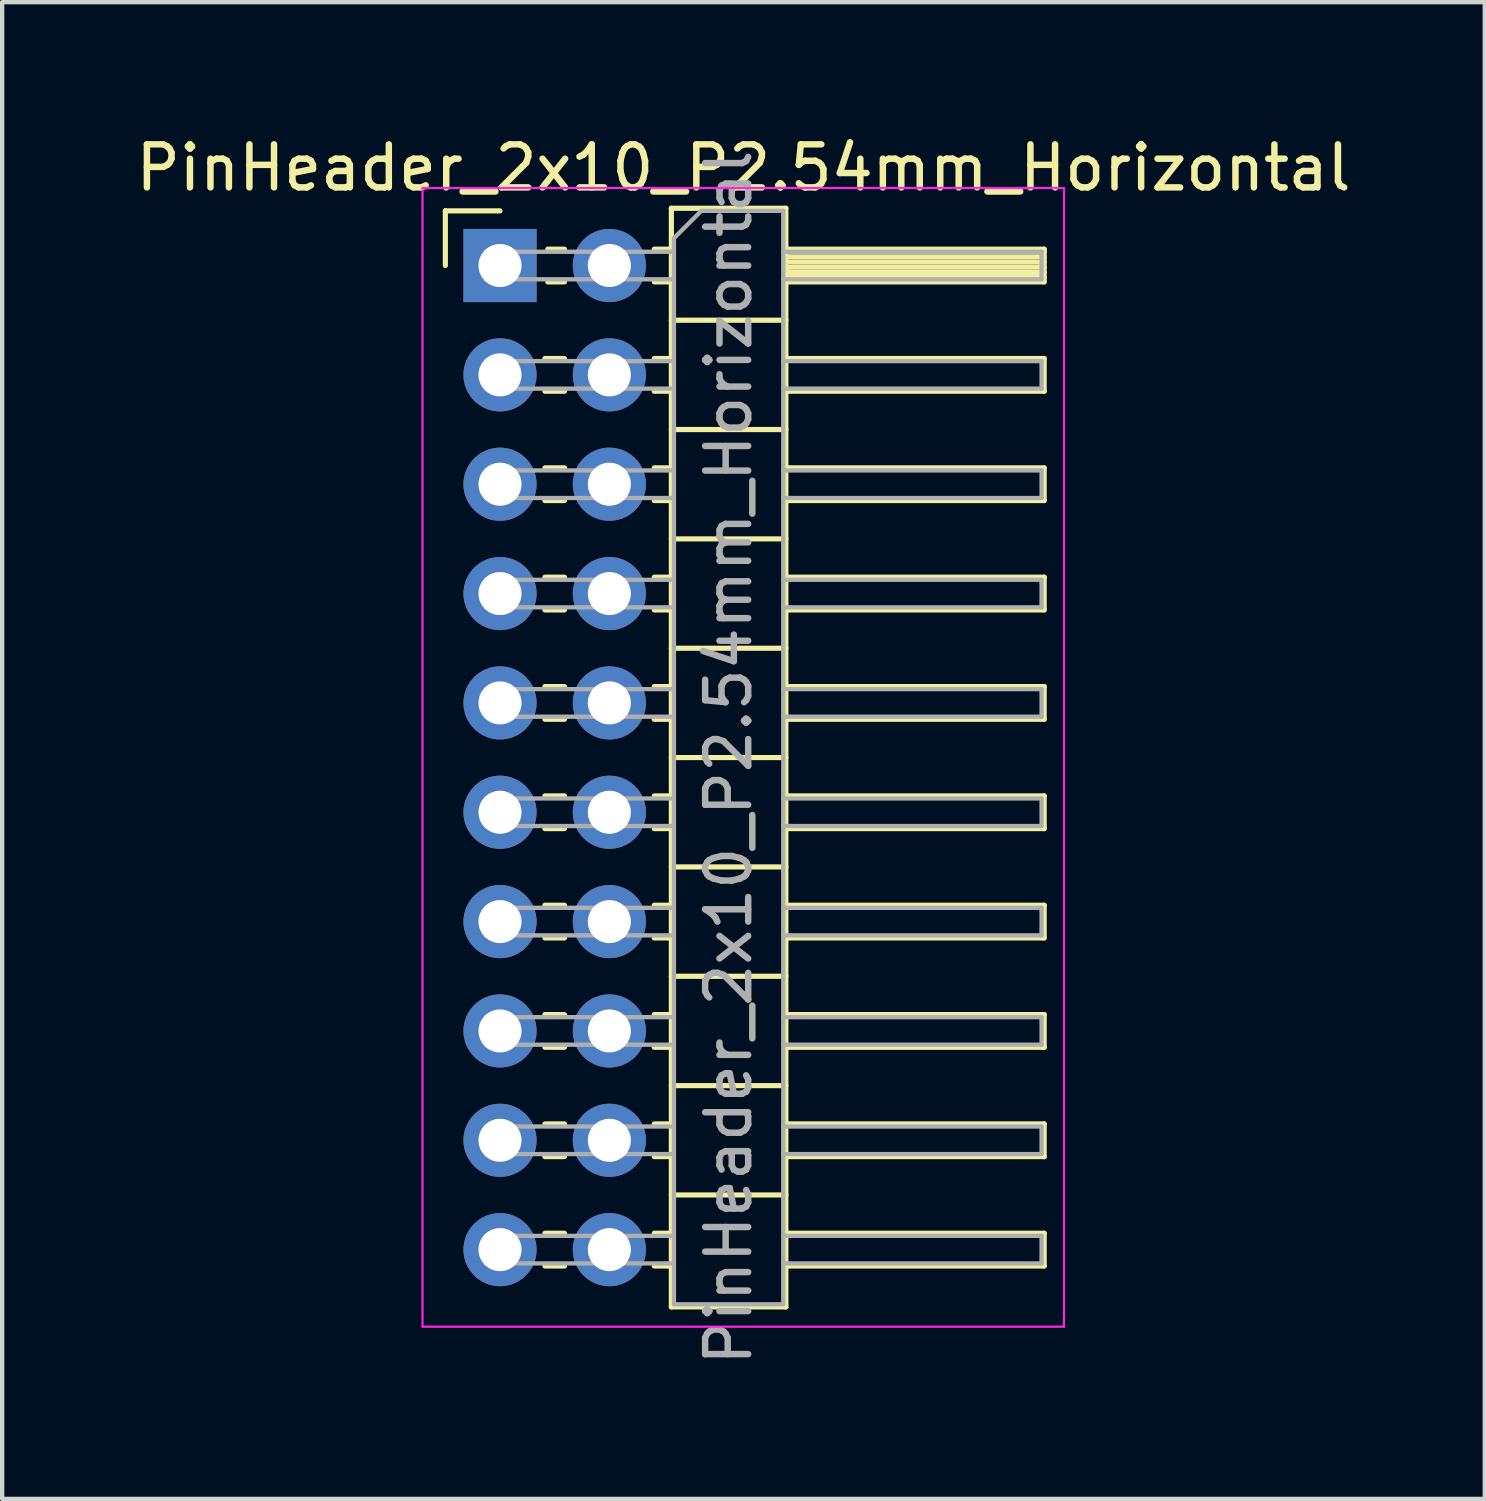
<source format=kicad_pcb>
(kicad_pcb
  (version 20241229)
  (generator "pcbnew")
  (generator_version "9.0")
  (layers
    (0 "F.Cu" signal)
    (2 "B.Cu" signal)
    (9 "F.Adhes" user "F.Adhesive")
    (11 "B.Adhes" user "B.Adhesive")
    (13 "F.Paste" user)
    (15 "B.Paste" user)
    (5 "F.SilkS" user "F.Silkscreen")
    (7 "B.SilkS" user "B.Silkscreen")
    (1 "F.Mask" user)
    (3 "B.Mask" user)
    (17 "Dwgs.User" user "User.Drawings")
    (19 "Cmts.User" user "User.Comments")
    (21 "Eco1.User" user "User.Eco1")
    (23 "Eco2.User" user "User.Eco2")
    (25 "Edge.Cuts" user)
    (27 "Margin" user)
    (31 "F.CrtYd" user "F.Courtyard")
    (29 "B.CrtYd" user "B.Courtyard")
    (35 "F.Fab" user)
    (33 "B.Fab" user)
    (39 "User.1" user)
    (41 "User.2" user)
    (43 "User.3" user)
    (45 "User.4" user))
  (footprint "PinHeader_2x10_P2.54mm_Horizontal"
    (layer "F.Cu")
    (at 8.565 3.118)
    (property "Reference" "PinHeader_2x10_P2.54mm_Horizontal" (at 5.655 -2.27 0) (layer "F.SilkS") (effects (font (size 1 1) (thickness 0.15))))
    (attr through_hole)
    (fp_line (start -1.27 -1.27) (end 0 -1.27) (stroke (width 0.12) (type solid)) (layer "F.SilkS"))
    (fp_line (start -1.27 0) (end -1.27 -1.27) (stroke (width 0.12) (type solid)) (layer "F.SilkS"))
    (fp_line (start 1.043 2.16) (end 1.497 2.16) (stroke (width 0.12) (type solid)) (layer "F.SilkS"))
    (fp_line (start 1.043 2.92) (end 1.497 2.92) (stroke (width 0.12) (type solid)) (layer "F.SilkS"))
    (fp_line (start 1.043 4.7) (end 1.497 4.7) (stroke (width 0.12) (type solid)) (layer "F.SilkS"))
    (fp_line (start 1.043 5.46) (end 1.497 5.46) (stroke (width 0.12) (type solid)) (layer "F.SilkS"))
    (fp_line (start 1.043 7.24) (end 1.497 7.24) (stroke (width 0.12) (type solid)) (layer "F.SilkS"))
    (fp_line (start 1.043 8) (end 1.497 8) (stroke (width 0.12) (type solid)) (layer "F.SilkS"))
    (fp_line (start 1.043 9.78) (end 1.497 9.78) (stroke (width 0.12) (type solid)) (layer "F.SilkS"))
    (fp_line (start 1.043 10.54) (end 1.497 10.54) (stroke (width 0.12) (type solid)) (layer "F.SilkS"))
    (fp_line (start 1.043 12.32) (end 1.497 12.32) (stroke (width 0.12) (type solid)) (layer "F.SilkS"))
    (fp_line (start 1.043 13.08) (end 1.497 13.08) (stroke (width 0.12) (type solid)) (layer "F.SilkS"))
    (fp_line (start 1.043 14.86) (end 1.497 14.86) (stroke (width 0.12) (type solid)) (layer "F.SilkS"))
    (fp_line (start 1.043 15.62) (end 1.497 15.62) (stroke (width 0.12) (type solid)) (layer "F.SilkS"))
    (fp_line (start 1.043 17.4) (end 1.497 17.4) (stroke (width 0.12) (type solid)) (layer "F.SilkS"))
    (fp_line (start 1.043 18.16) (end 1.497 18.16) (stroke (width 0.12) (type solid)) (layer "F.SilkS"))
    (fp_line (start 1.043 19.94) (end 1.497 19.94) (stroke (width 0.12) (type solid)) (layer "F.SilkS"))
    (fp_line (start 1.043 20.7) (end 1.497 20.7) (stroke (width 0.12) (type solid)) (layer "F.SilkS"))
    (fp_line (start 1.043 22.48) (end 1.497 22.48) (stroke (width 0.12) (type solid)) (layer "F.SilkS"))
    (fp_line (start 1.043 23.24) (end 1.497 23.24) (stroke (width 0.12) (type solid)) (layer "F.SilkS"))
    (fp_line (start 1.11 -0.38) (end 1.497 -0.38) (stroke (width 0.12) (type solid)) (layer "F.SilkS"))
    (fp_line (start 1.11 0.38) (end 1.497 0.38) (stroke (width 0.12) (type solid)) (layer "F.SilkS"))
    (fp_line (start 3.583 -0.38) (end 3.98 -0.38) (stroke (width 0.12) (type solid)) (layer "F.SilkS"))
    (fp_line (start 3.583 0.38) (end 3.98 0.38) (stroke (width 0.12) (type solid)) (layer "F.SilkS"))
    (fp_line (start 3.583 2.16) (end 3.98 2.16) (stroke (width 0.12) (type solid)) (layer "F.SilkS"))
    (fp_line (start 3.583 2.92) (end 3.98 2.92) (stroke (width 0.12) (type solid)) (layer "F.SilkS"))
    (fp_line (start 3.583 4.7) (end 3.98 4.7) (stroke (width 0.12) (type solid)) (layer "F.SilkS"))
    (fp_line (start 3.583 5.46) (end 3.98 5.46) (stroke (width 0.12) (type solid)) (layer "F.SilkS"))
    (fp_line (start 3.583 7.24) (end 3.98 7.24) (stroke (width 0.12) (type solid)) (layer "F.SilkS"))
    (fp_line (start 3.583 8) (end 3.98 8) (stroke (width 0.12) (type solid)) (layer "F.SilkS"))
    (fp_line (start 3.583 9.78) (end 3.98 9.78) (stroke (width 0.12) (type solid)) (layer "F.SilkS"))
    (fp_line (start 3.583 10.54) (end 3.98 10.54) (stroke (width 0.12) (type solid)) (layer "F.SilkS"))
    (fp_line (start 3.583 12.32) (end 3.98 12.32) (stroke (width 0.12) (type solid)) (layer "F.SilkS"))
    (fp_line (start 3.583 13.08) (end 3.98 13.08) (stroke (width 0.12) (type solid)) (layer "F.SilkS"))
    (fp_line (start 3.583 14.86) (end 3.98 14.86) (stroke (width 0.12) (type solid)) (layer "F.SilkS"))
    (fp_line (start 3.583 15.62) (end 3.98 15.62) (stroke (width 0.12) (type solid)) (layer "F.SilkS"))
    (fp_line (start 3.583 17.4) (end 3.98 17.4) (stroke (width 0.12) (type solid)) (layer "F.SilkS"))
    (fp_line (start 3.583 18.16) (end 3.98 18.16) (stroke (width 0.12) (type solid)) (layer "F.SilkS"))
    (fp_line (start 3.583 19.94) (end 3.98 19.94) (stroke (width 0.12) (type solid)) (layer "F.SilkS"))
    (fp_line (start 3.583 20.7) (end 3.98 20.7) (stroke (width 0.12) (type solid)) (layer "F.SilkS"))
    (fp_line (start 3.583 22.48) (end 3.98 22.48) (stroke (width 0.12) (type solid)) (layer "F.SilkS"))
    (fp_line (start 3.583 23.24) (end 3.98 23.24) (stroke (width 0.12) (type solid)) (layer "F.SilkS"))
    (fp_line (start 3.98 -1.33) (end 3.98 24.19) (stroke (width 0.12) (type solid)) (layer "F.SilkS"))
    (fp_line (start 3.98 1.27) (end 6.64 1.27) (stroke (width 0.12) (type solid)) (layer "F.SilkS"))
    (fp_line (start 3.98 3.81) (end 6.64 3.81) (stroke (width 0.12) (type solid)) (layer "F.SilkS"))
    (fp_line (start 3.98 6.35) (end 6.64 6.35) (stroke (width 0.12) (type solid)) (layer "F.SilkS"))
    (fp_line (start 3.98 8.89) (end 6.64 8.89) (stroke (width 0.12) (type solid)) (layer "F.SilkS"))
    (fp_line (start 3.98 11.43) (end 6.64 11.43) (stroke (width 0.12) (type solid)) (layer "F.SilkS"))
    (fp_line (start 3.98 13.97) (end 6.64 13.97) (stroke (width 0.12) (type solid)) (layer "F.SilkS"))
    (fp_line (start 3.98 16.51) (end 6.64 16.51) (stroke (width 0.12) (type solid)) (layer "F.SilkS"))
    (fp_line (start 3.98 19.05) (end 6.64 19.05) (stroke (width 0.12) (type solid)) (layer "F.SilkS"))
    (fp_line (start 3.98 21.59) (end 6.64 21.59) (stroke (width 0.12) (type solid)) (layer "F.SilkS"))
    (fp_line (start 3.98 24.19) (end 6.64 24.19) (stroke (width 0.12) (type solid)) (layer "F.SilkS"))
    (fp_line (start 6.64 -1.33) (end 3.98 -1.33) (stroke (width 0.12) (type solid)) (layer "F.SilkS"))
    (fp_line (start 6.64 -0.38) (end 12.64 -0.38) (stroke (width 0.12) (type solid)) (layer "F.SilkS"))
    (fp_line (start 6.64 -0.32) (end 12.64 -0.32) (stroke (width 0.12) (type solid)) (layer "F.SilkS"))
    (fp_line (start 6.64 -0.2) (end 12.64 -0.2) (stroke (width 0.12) (type solid)) (layer "F.SilkS"))
    (fp_line (start 6.64 -0.08) (end 12.64 -0.08) (stroke (width 0.12) (type solid)) (layer "F.SilkS"))
    (fp_line (start 6.64 0.04) (end 12.64 0.04) (stroke (width 0.12) (type solid)) (layer "F.SilkS"))
    (fp_line (start 6.64 0.16) (end 12.64 0.16) (stroke (width 0.12) (type solid)) (layer "F.SilkS"))
    (fp_line (start 6.64 0.28) (end 12.64 0.28) (stroke (width 0.12) (type solid)) (layer "F.SilkS"))
    (fp_line (start 6.64 2.16) (end 12.64 2.16) (stroke (width 0.12) (type solid)) (layer "F.SilkS"))
    (fp_line (start 6.64 4.7) (end 12.64 4.7) (stroke (width 0.12) (type solid)) (layer "F.SilkS"))
    (fp_line (start 6.64 7.24) (end 12.64 7.24) (stroke (width 0.12) (type solid)) (layer "F.SilkS"))
    (fp_line (start 6.64 9.78) (end 12.64 9.78) (stroke (width 0.12) (type solid)) (layer "F.SilkS"))
    (fp_line (start 6.64 12.32) (end 12.64 12.32) (stroke (width 0.12) (type solid)) (layer "F.SilkS"))
    (fp_line (start 6.64 14.86) (end 12.64 14.86) (stroke (width 0.12) (type solid)) (layer "F.SilkS"))
    (fp_line (start 6.64 17.4) (end 12.64 17.4) (stroke (width 0.12) (type solid)) (layer "F.SilkS"))
    (fp_line (start 6.64 19.94) (end 12.64 19.94) (stroke (width 0.12) (type solid)) (layer "F.SilkS"))
    (fp_line (start 6.64 22.48) (end 12.64 22.48) (stroke (width 0.12) (type solid)) (layer "F.SilkS"))
    (fp_line (start 6.64 24.19) (end 6.64 -1.33) (stroke (width 0.12) (type solid)) (layer "F.SilkS"))
    (fp_line (start 12.64 -0.38) (end 12.64 0.38) (stroke (width 0.12) (type solid)) (layer "F.SilkS"))
    (fp_line (start 12.64 0.38) (end 6.64 0.38) (stroke (width 0.12) (type solid)) (layer "F.SilkS"))
    (fp_line (start 12.64 2.16) (end 12.64 2.92) (stroke (width 0.12) (type solid)) (layer "F.SilkS"))
    (fp_line (start 12.64 2.92) (end 6.64 2.92) (stroke (width 0.12) (type solid)) (layer "F.SilkS"))
    (fp_line (start 12.64 4.7) (end 12.64 5.46) (stroke (width 0.12) (type solid)) (layer "F.SilkS"))
    (fp_line (start 12.64 5.46) (end 6.64 5.46) (stroke (width 0.12) (type solid)) (layer "F.SilkS"))
    (fp_line (start 12.64 7.24) (end 12.64 8) (stroke (width 0.12) (type solid)) (layer "F.SilkS"))
    (fp_line (start 12.64 8) (end 6.64 8) (stroke (width 0.12) (type solid)) (layer "F.SilkS"))
    (fp_line (start 12.64 9.78) (end 12.64 10.54) (stroke (width 0.12) (type solid)) (layer "F.SilkS"))
    (fp_line (start 12.64 10.54) (end 6.64 10.54) (stroke (width 0.12) (type solid)) (layer "F.SilkS"))
    (fp_line (start 12.64 12.32) (end 12.64 13.08) (stroke (width 0.12) (type solid)) (layer "F.SilkS"))
    (fp_line (start 12.64 13.08) (end 6.64 13.08) (stroke (width 0.12) (type solid)) (layer "F.SilkS"))
    (fp_line (start 12.64 14.86) (end 12.64 15.62) (stroke (width 0.12) (type solid)) (layer "F.SilkS"))
    (fp_line (start 12.64 15.62) (end 6.64 15.62) (stroke (width 0.12) (type solid)) (layer "F.SilkS"))
    (fp_line (start 12.64 17.4) (end 12.64 18.16) (stroke (width 0.12) (type solid)) (layer "F.SilkS"))
    (fp_line (start 12.64 18.16) (end 6.64 18.16) (stroke (width 0.12) (type solid)) (layer "F.SilkS"))
    (fp_line (start 12.64 19.94) (end 12.64 20.7) (stroke (width 0.12) (type solid)) (layer "F.SilkS"))
    (fp_line (start 12.64 20.7) (end 6.64 20.7) (stroke (width 0.12) (type solid)) (layer "F.SilkS"))
    (fp_line (start 12.64 22.48) (end 12.64 23.24) (stroke (width 0.12) (type solid)) (layer "F.SilkS"))
    (fp_line (start 12.64 23.24) (end 6.64 23.24) (stroke (width 0.12) (type solid)) (layer "F.SilkS"))
    (fp_line (start -1.8 -1.8) (end -1.8 24.65) (stroke (width 0.05) (type solid)) (layer "F.CrtYd"))
    (fp_line (start -1.8 24.65) (end 13.1 24.65) (stroke (width 0.05) (type solid)) (layer "F.CrtYd"))
    (fp_line (start 13.1 -1.8) (end -1.8 -1.8) (stroke (width 0.05) (type solid)) (layer "F.CrtYd"))
    (fp_line (start 13.1 24.65) (end 13.1 -1.8) (stroke (width 0.05) (type solid)) (layer "F.CrtYd"))
    (fp_line (start -0.32 -0.32) (end -0.32 0.32) (stroke (width 0.1) (type solid)) (layer "F.Fab"))
    (fp_line (start -0.32 -0.32) (end 4.04 -0.32) (stroke (width 0.1) (type solid)) (layer "F.Fab"))
    (fp_line (start -0.32 0.32) (end 4.04 0.32) (stroke (width 0.1) (type solid)) (layer "F.Fab"))
    (fp_line (start -0.32 2.22) (end -0.32 2.86) (stroke (width 0.1) (type solid)) (layer "F.Fab"))
    (fp_line (start -0.32 2.22) (end 4.04 2.22) (stroke (width 0.1) (type solid)) (layer "F.Fab"))
    (fp_line (start -0.32 2.86) (end 4.04 2.86) (stroke (width 0.1) (type solid)) (layer "F.Fab"))
    (fp_line (start -0.32 4.76) (end -0.32 5.4) (stroke (width 0.1) (type solid)) (layer "F.Fab"))
    (fp_line (start -0.32 4.76) (end 4.04 4.76) (stroke (width 0.1) (type solid)) (layer "F.Fab"))
    (fp_line (start -0.32 5.4) (end 4.04 5.4) (stroke (width 0.1) (type solid)) (layer "F.Fab"))
    (fp_line (start -0.32 7.3) (end -0.32 7.94) (stroke (width 0.1) (type solid)) (layer "F.Fab"))
    (fp_line (start -0.32 7.3) (end 4.04 7.3) (stroke (width 0.1) (type solid)) (layer "F.Fab"))
    (fp_line (start -0.32 7.94) (end 4.04 7.94) (stroke (width 0.1) (type solid)) (layer "F.Fab"))
    (fp_line (start -0.32 9.84) (end -0.32 10.48) (stroke (width 0.1) (type solid)) (layer "F.Fab"))
    (fp_line (start -0.32 9.84) (end 4.04 9.84) (stroke (width 0.1) (type solid)) (layer "F.Fab"))
    (fp_line (start -0.32 10.48) (end 4.04 10.48) (stroke (width 0.1) (type solid)) (layer "F.Fab"))
    (fp_line (start -0.32 12.38) (end -0.32 13.02) (stroke (width 0.1) (type solid)) (layer "F.Fab"))
    (fp_line (start -0.32 12.38) (end 4.04 12.38) (stroke (width 0.1) (type solid)) (layer "F.Fab"))
    (fp_line (start -0.32 13.02) (end 4.04 13.02) (stroke (width 0.1) (type solid)) (layer "F.Fab"))
    (fp_line (start -0.32 14.92) (end -0.32 15.56) (stroke (width 0.1) (type solid)) (layer "F.Fab"))
    (fp_line (start -0.32 14.92) (end 4.04 14.92) (stroke (width 0.1) (type solid)) (layer "F.Fab"))
    (fp_line (start -0.32 15.56) (end 4.04 15.56) (stroke (width 0.1) (type solid)) (layer "F.Fab"))
    (fp_line (start -0.32 17.46) (end -0.32 18.1) (stroke (width 0.1) (type solid)) (layer "F.Fab"))
    (fp_line (start -0.32 17.46) (end 4.04 17.46) (stroke (width 0.1) (type solid)) (layer "F.Fab"))
    (fp_line (start -0.32 18.1) (end 4.04 18.1) (stroke (width 0.1) (type solid)) (layer "F.Fab"))
    (fp_line (start -0.32 20) (end -0.32 20.64) (stroke (width 0.1) (type solid)) (layer "F.Fab"))
    (fp_line (start -0.32 20) (end 4.04 20) (stroke (width 0.1) (type solid)) (layer "F.Fab"))
    (fp_line (start -0.32 20.64) (end 4.04 20.64) (stroke (width 0.1) (type solid)) (layer "F.Fab"))
    (fp_line (start -0.32 22.54) (end -0.32 23.18) (stroke (width 0.1) (type solid)) (layer "F.Fab"))
    (fp_line (start -0.32 22.54) (end 4.04 22.54) (stroke (width 0.1) (type solid)) (layer "F.Fab"))
    (fp_line (start -0.32 23.18) (end 4.04 23.18) (stroke (width 0.1) (type solid)) (layer "F.Fab"))
    (fp_line (start 4.04 -0.635) (end 4.675 -1.27) (stroke (width 0.1) (type solid)) (layer "F.Fab"))
    (fp_line (start 4.04 24.13) (end 4.04 -0.635) (stroke (width 0.1) (type solid)) (layer "F.Fab"))
    (fp_line (start 4.675 -1.27) (end 6.58 -1.27) (stroke (width 0.1) (type solid)) (layer "F.Fab"))
    (fp_line (start 6.58 -1.27) (end 6.58 24.13) (stroke (width 0.1) (type solid)) (layer "F.Fab"))
    (fp_line (start 6.58 -0.32) (end 12.58 -0.32) (stroke (width 0.1) (type solid)) (layer "F.Fab"))
    (fp_line (start 6.58 0.32) (end 12.58 0.32) (stroke (width 0.1) (type solid)) (layer "F.Fab"))
    (fp_line (start 6.58 2.22) (end 12.58 2.22) (stroke (width 0.1) (type solid)) (layer "F.Fab"))
    (fp_line (start 6.58 2.86) (end 12.58 2.86) (stroke (width 0.1) (type solid)) (layer "F.Fab"))
    (fp_line (start 6.58 4.76) (end 12.58 4.76) (stroke (width 0.1) (type solid)) (layer "F.Fab"))
    (fp_line (start 6.58 5.4) (end 12.58 5.4) (stroke (width 0.1) (type solid)) (layer "F.Fab"))
    (fp_line (start 6.58 7.3) (end 12.58 7.3) (stroke (width 0.1) (type solid)) (layer "F.Fab"))
    (fp_line (start 6.58 7.94) (end 12.58 7.94) (stroke (width 0.1) (type solid)) (layer "F.Fab"))
    (fp_line (start 6.58 9.84) (end 12.58 9.84) (stroke (width 0.1) (type solid)) (layer "F.Fab"))
    (fp_line (start 6.58 10.48) (end 12.58 10.48) (stroke (width 0.1) (type solid)) (layer "F.Fab"))
    (fp_line (start 6.58 12.38) (end 12.58 12.38) (stroke (width 0.1) (type solid)) (layer "F.Fab"))
    (fp_line (start 6.58 13.02) (end 12.58 13.02) (stroke (width 0.1) (type solid)) (layer "F.Fab"))
    (fp_line (start 6.58 14.92) (end 12.58 14.92) (stroke (width 0.1) (type solid)) (layer "F.Fab"))
    (fp_line (start 6.58 15.56) (end 12.58 15.56) (stroke (width 0.1) (type solid)) (layer "F.Fab"))
    (fp_line (start 6.58 17.46) (end 12.58 17.46) (stroke (width 0.1) (type solid)) (layer "F.Fab"))
    (fp_line (start 6.58 18.1) (end 12.58 18.1) (stroke (width 0.1) (type solid)) (layer "F.Fab"))
    (fp_line (start 6.58 20) (end 12.58 20) (stroke (width 0.1) (type solid)) (layer "F.Fab"))
    (fp_line (start 6.58 20.64) (end 12.58 20.64) (stroke (width 0.1) (type solid)) (layer "F.Fab"))
    (fp_line (start 6.58 22.54) (end 12.58 22.54) (stroke (width 0.1) (type solid)) (layer "F.Fab"))
    (fp_line (start 6.58 23.18) (end 12.58 23.18) (stroke (width 0.1) (type solid)) (layer "F.Fab"))
    (fp_line (start 6.58 24.13) (end 4.04 24.13) (stroke (width 0.1) (type solid)) (layer "F.Fab"))
    (fp_line (start 12.58 -0.32) (end 12.58 0.32) (stroke (width 0.1) (type solid)) (layer "F.Fab"))
    (fp_line (start 12.58 2.22) (end 12.58 2.86) (stroke (width 0.1) (type solid)) (layer "F.Fab"))
    (fp_line (start 12.58 4.76) (end 12.58 5.4) (stroke (width 0.1) (type solid)) (layer "F.Fab"))
    (fp_line (start 12.58 7.3) (end 12.58 7.94) (stroke (width 0.1) (type solid)) (layer "F.Fab"))
    (fp_line (start 12.58 9.84) (end 12.58 10.48) (stroke (width 0.1) (type solid)) (layer "F.Fab"))
    (fp_line (start 12.58 12.38) (end 12.58 13.02) (stroke (width 0.1) (type solid)) (layer "F.Fab"))
    (fp_line (start 12.58 14.92) (end 12.58 15.56) (stroke (width 0.1) (type solid)) (layer "F.Fab"))
    (fp_line (start 12.58 17.46) (end 12.58 18.1) (stroke (width 0.1) (type solid)) (layer "F.Fab"))
    (fp_line (start 12.58 20) (end 12.58 20.64) (stroke (width 0.1) (type solid)) (layer "F.Fab"))
    (fp_line (start 12.58 22.54) (end 12.58 23.18) (stroke (width 0.1) (type solid)) (layer "F.Fab"))
    (fp_text user "${REFERENCE}" (at 5.31 11.43 90) (layer "F.Fab") (effects (font (size 1 1) (thickness 0.15))))
    (pad "1" thru_hole rect (at 0 0) (size 1.7 1.7) (drill 1) (layers "*.Cu" "*.Mask"))
    (pad "2" thru_hole oval (at 2.54 0) (size 1.7 1.7) (drill 1) (layers "*.Cu" "*.Mask"))
    (pad "3" thru_hole oval (at 0 2.54) (size 1.7 1.7) (drill 1) (layers "*.Cu" "*.Mask"))
    (pad "4" thru_hole oval (at 2.54 2.54) (size 1.7 1.7) (drill 1) (layers "*.Cu" "*.Mask"))
    (pad "5" thru_hole oval (at 0 5.08) (size 1.7 1.7) (drill 1) (layers "*.Cu" "*.Mask"))
    (pad "6" thru_hole oval (at 2.54 5.08) (size 1.7 1.7) (drill 1) (layers "*.Cu" "*.Mask"))
    (pad "7" thru_hole oval (at 0 7.62) (size 1.7 1.7) (drill 1) (layers "*.Cu" "*.Mask"))
    (pad "8" thru_hole oval (at 2.54 7.62) (size 1.7 1.7) (drill 1) (layers "*.Cu" "*.Mask"))
    (pad "9" thru_hole oval (at 0 10.16) (size 1.7 1.7) (drill 1) (layers "*.Cu" "*.Mask"))
    (pad "10" thru_hole oval (at 2.54 10.16) (size 1.7 1.7) (drill 1) (layers "*.Cu" "*.Mask"))
    (pad "11" thru_hole oval (at 0 12.7) (size 1.7 1.7) (drill 1) (layers "*.Cu" "*.Mask"))
    (pad "12" thru_hole oval (at 2.54 12.7) (size 1.7 1.7) (drill 1) (layers "*.Cu" "*.Mask"))
    (pad "13" thru_hole oval (at 0 15.24) (size 1.7 1.7) (drill 1) (layers "*.Cu" "*.Mask"))
    (pad "14" thru_hole oval (at 2.54 15.24) (size 1.7 1.7) (drill 1) (layers "*.Cu" "*.Mask"))
    (pad "15" thru_hole oval (at 0 17.78) (size 1.7 1.7) (drill 1) (layers "*.Cu" "*.Mask"))
    (pad "16" thru_hole oval (at 2.54 17.78) (size 1.7 1.7) (drill 1) (layers "*.Cu" "*.Mask"))
    (pad "17" thru_hole oval (at 0 20.32) (size 1.7 1.7) (drill 1) (layers "*.Cu" "*.Mask"))
    (pad "18" thru_hole oval (at 2.54 20.32) (size 1.7 1.7) (drill 1) (layers "*.Cu" "*.Mask"))
    (pad "19" thru_hole oval (at 0 22.86) (size 1.7 1.7) (drill 1) (layers "*.Cu" "*.Mask"))
    (pad "20" thru_hole oval (at 2.54 22.86) (size 1.7 1.7) (drill 1) (layers "*.Cu" "*.Mask")))
  (gr_rect
    (start -3 -3)
    (end 31.44 31.768)
    (stroke (width 0.1) (type default))
    (fill no)
    (layer "Edge.Cuts")))
</source>
